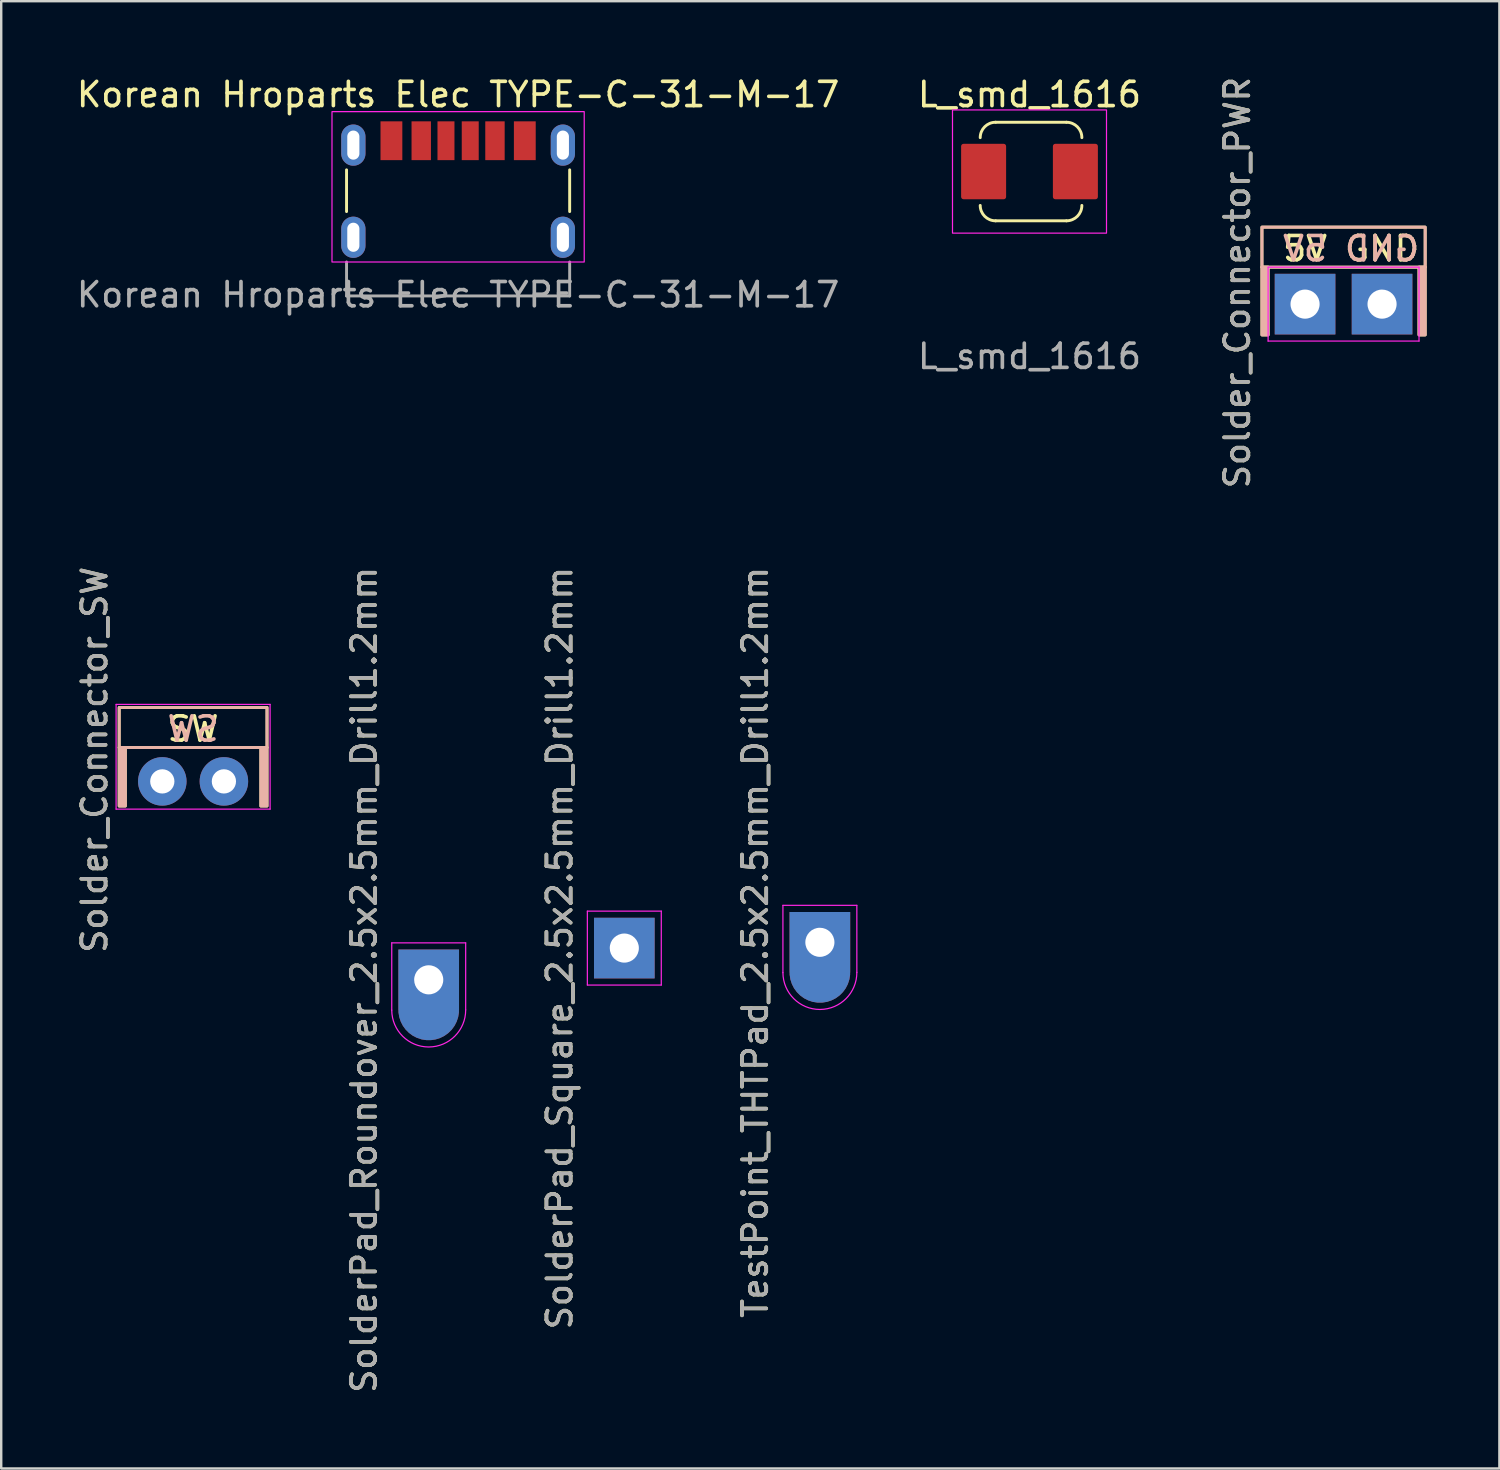
<source format=kicad_pcb>
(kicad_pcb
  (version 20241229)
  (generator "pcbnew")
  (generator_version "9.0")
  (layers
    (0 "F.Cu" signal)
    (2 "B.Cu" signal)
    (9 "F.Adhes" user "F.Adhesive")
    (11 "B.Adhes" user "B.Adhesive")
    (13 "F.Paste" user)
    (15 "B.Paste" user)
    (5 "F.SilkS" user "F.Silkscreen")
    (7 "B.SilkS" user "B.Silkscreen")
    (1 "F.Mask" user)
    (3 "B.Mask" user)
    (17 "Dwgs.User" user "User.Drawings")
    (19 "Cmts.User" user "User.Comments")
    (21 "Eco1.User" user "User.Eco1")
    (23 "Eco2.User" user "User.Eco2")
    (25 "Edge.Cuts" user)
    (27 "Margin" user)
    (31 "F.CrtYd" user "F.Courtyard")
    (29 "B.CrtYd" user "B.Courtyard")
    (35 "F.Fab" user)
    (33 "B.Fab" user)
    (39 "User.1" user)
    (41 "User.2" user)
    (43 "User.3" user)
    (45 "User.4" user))
  (footprint "SolderPad_Roundover_2.5x2.5mm_Drill1.2mm"
    (layer "F.Cu")
    (at 14.627 37.351)
    (property "Reference" "SolderPad_Roundover_2.5x2.5mm_Drill1.2mm" (at -2.667 0 270) (layer "F.SilkS") (effects (font (size 1 1) (thickness 0.15))))
    (attr exclude_from_pos_files exclude_from_bom)
    (fp_line (start -1.524 -1.524) (end -1.524 1.25) (stroke (width 0.05) (type solid)) (layer "F.CrtYd"))
    (fp_line (start -1.524 -1.524) (end 1.524 -1.524) (stroke (width 0.05) (type solid)) (layer "F.CrtYd"))
    (fp_line (start 1.524 1.24) (end 1.524 -1.524) (stroke (width 0.05) (type solid)) (layer "F.CrtYd"))
    (fp_arc (start 1.524 1.239776) (mid 0.005112 2.774026) (end -1.524034 1.25) (stroke (width 0.05) (type solid)) (layer "F.CrtYd"))
    (fp_text user "${REFERENCE}" (at -2.667 0 270) (layer "F.Fab") (effects (font (size 1 1) (thickness 0.15))))
    (pad "1" thru_hole custom (at 0 0) (size 2.5 2.5) (drill 1.2) (layers "*.Cu" "*.Mask") (options (anchor rect)) (primitives (gr_circle (center 0 1.24) (end 1.24 1.24) (width 0.02) (fill yes)))))
  (footprint "L_smd_1616"
    (layer "F.Cu")
    (at 39.399 4.023)
    (property "Reference" "L_smd_1616" (at 0 -3.175 0) (unlocked yes) (layer "F.SilkS") (effects (font (size 1 1) (thickness 0.15))))
    (attr smd)
    (fp_line (start -1.397 -2.032) (end 1.524 -2.032) (stroke (width 0.12) (type solid)) (layer "F.SilkS"))
    (fp_line (start 1.524 2.032) (end -1.397 2.032) (stroke (width 0.12) (type solid)) (layer "F.SilkS"))
    (fp_arc (start -2.032 -1.397) (mid -1.846013 -1.846013) (end -1.397 -2.032) (stroke (width 0.12) (type solid)) (layer "F.SilkS"))
    (fp_arc (start -1.397 2.032) (mid -1.846013 1.846013) (end -2.032 1.397) (stroke (width 0.12) (type solid)) (layer "F.SilkS"))
    (fp_arc (start 1.524 -2.032) (mid 1.973013 -1.846013) (end 2.159 -1.397) (stroke (width 0.12) (type solid)) (layer "F.SilkS"))
    (fp_arc (start 2.159 1.397) (mid 1.973013 1.846013) (end 1.524 2.032) (stroke (width 0.12) (type solid)) (layer "F.SilkS"))
    (fp_rect (start -3.175 -2.54) (end 3.175 2.54) (stroke (width 0.05) (type solid)) (fill no) (layer "F.CrtYd"))
    (fp_text user "${REFERENCE}" (at 0 7.62 0) (unlocked yes) (layer "F.Fab") (effects (font (size 1 1) (thickness 0.15))))
    (pad "1" smd roundrect (at -1.892 0) (size 1.855 2.286) (layers "F.Cu" "F.Mask" "F.Paste") (roundrect_rratio 0.054))
    (pad "2" smd roundrect (at 1.892 0) (size 1.855 2.286) (layers "F.Cu" "F.Mask" "F.Paste") (roundrect_rratio 0.054)))
  (footprint "TestPoint_THTPad_2.5x2.5mm_Drill1.2mm"
    (layer "F.Cu")
    (at 30.756 35.804)
    (property "Reference" "TestPoint_THTPad_2.5x2.5mm_Drill1.2mm" (at -2.667 0 270) (layer "F.SilkS") (effects (font (size 1 1) (thickness 0.15))))
    (attr exclude_from_pos_files exclude_from_bom)
    (fp_line (start -1.524 -1.524) (end -1.524 1.25) (stroke (width 0.05) (type solid)) (layer "F.CrtYd"))
    (fp_line (start -1.524 -1.524) (end 1.524 -1.524) (stroke (width 0.05) (type solid)) (layer "F.CrtYd"))
    (fp_line (start 1.524 1.24) (end 1.524 -1.524) (stroke (width 0.05) (type solid)) (layer "F.CrtYd"))
    (fp_arc (start 1.524 1.239776) (mid 0.005112 2.774026) (end -1.524034 1.25) (stroke (width 0.05) (type solid)) (layer "F.CrtYd"))
    (fp_text user "${REFERENCE}" (at -2.667 0 270) (layer "F.Fab") (effects (font (size 1 1) (thickness 0.15))))
    (pad "1" thru_hole custom (at 0 0) (size 2.5 2.5) (drill 1.2) (layers "*.Cu" "*.Mask") (options (anchor rect)) (primitives (gr_circle (center 0 1.24) (end 1.24 1.24) (width 0.02) (fill yes)))))
  (footprint "Korean Hroparts Elec TYPE-C-31-M-17"
    (layer "F.Cu")
    (at 15.839 2.753)
    (property "Reference" "Korean Hroparts Elec TYPE-C-31-M-17" (at 0 -1.905 0) (unlocked yes) (layer "F.SilkS") (effects (font (size 1 1) (thickness 0.15))))
    (attr through_hole)
    (fp_line (start -4.6 1.2) (end -4.6 2.921) (stroke (width 0.12) (type solid)) (layer "F.SilkS"))
    (fp_line (start 4.6 1.2) (end 4.6 2.921) (stroke (width 0.12) (type solid)) (layer "F.SilkS"))
    (fp_rect (start -5.2 -1.2) (end 5.2 5) (stroke (width 0.05) (type solid)) (fill no) (layer "F.CrtYd"))
    (fp_line (start -4.6 6.4) (end -4.6 5) (stroke (width 0.12) (type solid)) (layer "F.Fab"))
    (fp_line (start -4.6 6.4) (end 4.6 6.4) (stroke (width 0.12) (type solid)) (layer "F.Fab"))
    (fp_line (start 4.6 6.4) (end 4.6 5) (stroke (width 0.12) (type solid)) (layer "F.Fab"))
    (fp_text user "${REFERENCE}" (at 0 6.35 0) (unlocked yes) (layer "F.Fab") (effects (font (size 1 1) (thickness 0.15))))
    (pad "A5" smd rect (at -0.5 0) (size 0.7 1.6) (layers "F.Cu" "F.Mask" "F.Paste"))
    (pad "A9" smd rect (at 1.52 0) (size 0.8 1.6) (layers "F.Cu" "F.Mask" "F.Paste"))
    (pad "A12" smd rect (at 2.75 0) (size 0.9 1.6) (layers "F.Cu" "F.Mask" "F.Paste"))
    (pad "B5" smd rect (at 0.5 0) (size 0.7 1.6) (layers "F.Cu" "F.Mask" "F.Paste"))
    (pad "B9" smd rect (at -1.52 0) (size 0.8 1.6) (layers "F.Cu" "F.Mask" "F.Paste"))
    (pad "B12" smd rect (at -2.75 0) (size 0.9 1.6) (layers "F.Cu" "F.Mask" "F.Paste"))
    (pad "S1" thru_hole oval (at -4.32 0.18) (size 1 1.7) (drill oval 0.5 1.2) (layers "*.Cu" "*.Mask"))
    (pad "S2" thru_hole oval (at -4.32 3.98) (size 1 1.7) (drill oval 0.5 1.2) (layers "*.Cu" "*.Mask"))
    (pad "S3" thru_hole oval (at 4.32 3.98) (size 1 1.7) (drill oval 0.5 1.2) (layers "*.Cu" "*.Mask"))
    (pad "S4" thru_hole oval (at 4.32 0.18) (size 1 1.7) (drill oval 0.5 1.2) (layers "*.Cu" "*.Mask")))
  (footprint "SolderPad_Square_2.5x2.5mm_Drill1.2mm"
    (layer "F.Cu")
    (at 22.692 36.042)
    (property "Reference" "SolderPad_Square_2.5x2.5mm_Drill1.2mm" (at -2.667 0 270) (layer "F.SilkS") (effects (font (size 1 1) (thickness 0.15))))
    (attr exclude_from_pos_files exclude_from_bom)
    (fp_line (start -1.524 -1.524) (end -1.524 1.524) (stroke (width 0.05) (type solid)) (layer "F.CrtYd"))
    (fp_line (start -1.524 -1.524) (end 1.524 -1.524) (stroke (width 0.05) (type solid)) (layer "F.CrtYd"))
    (fp_line (start -1.524 1.524) (end 1.524 1.524) (stroke (width 0.05) (type solid)) (layer "F.CrtYd"))
    (fp_line (start 1.524 1.524) (end 1.524 -1.524) (stroke (width 0.05) (type solid)) (layer "F.CrtYd"))
    (fp_text user "${REFERENCE}" (at -2.667 0 270) (layer "F.Fab") (effects (font (size 1 1) (thickness 0.15))))
    (pad "1" thru_hole rect (at 0 0) (size 2.5 2.5) (drill 1.2) (layers "*.Cu" "*.Mask")))
  (footprint "Solder_Connector_SW"
    (layer "F.Cu")
    (at 3.642 29.169)
    (property "Reference" "Solder_Connector_SW" (at -2.794 -0.889 270) (layer "F.SilkS") (effects (font (size 1 1) (thickness 0.15))))
    (attr exclude_from_pos_files exclude_from_bom)
    (fp_rect (start -1.778 -3.048) (end 4.318 -1.397) (stroke (width 0.12) (type solid)) (fill no) (layer "F.SilkS"))
    (fp_rect (start -1.524 1.016) (end -1.778 -1.397) (stroke (width 0.12) (type solid)) (fill yes) (layer "F.SilkS"))
    (fp_rect (start 4.318 1.016) (end 4.064 -1.397) (stroke (width 0.12) (type solid)) (fill yes) (layer "F.SilkS"))
    (fp_rect (start -1.778 1.016) (end -1.524 -1.397) (stroke (width 0.12) (type solid)) (fill yes) (layer "B.SilkS"))
    (fp_rect (start 4.064 1.016) (end 4.318 -1.397) (stroke (width 0.12) (type solid)) (fill yes) (layer "B.SilkS"))
    (fp_rect (start 4.318 -3.048) (end -1.778 -1.397) (stroke (width 0.12) (type solid)) (fill no) (layer "B.SilkS"))
    (fp_line (start -1.905 -3.175) (end -1.905 1.143) (stroke (width 0.05) (type solid)) (layer "F.CrtYd"))
    (fp_line (start -1.905 -3.175) (end 4.445 -3.175) (stroke (width 0.05) (type solid)) (layer "F.CrtYd"))
    (fp_line (start -1.905 1.143) (end 4.445 1.143) (stroke (width 0.05) (type solid)) (layer "F.CrtYd"))
    (fp_line (start 4.445 1.143) (end 4.445 -3.175) (stroke (width 0.05) (type solid)) (layer "F.CrtYd"))
    (fp_text user "SW" (at 1.27 -2.159 0) (unlocked yes) (layer "F.SilkS") (effects (font (size 1 1) (thickness 0.15))))
    (fp_text user "SW" (at 1.27 -2.159 0) (unlocked yes) (layer "B.SilkS") (effects (font (size 1 1) (thickness 0.15)) (justify mirror)))
    (fp_text user "${REFERENCE}" (at -2.794 -0.889 270) (layer "F.Fab") (effects (font (size 1 1) (thickness 0.15))))
    (pad "1" thru_hole circle (at 0 0) (size 2 2) (drill 1) (layers "*.Cu" "*.Mask"))
    (pad "2" thru_hole circle (at 2.54 0) (size 2 2) (drill 1) (layers "*.Cu" "*.Mask")))
  (footprint "Solder_Connector_PWR"
    (layer "F.Cu")
    (at 50.761 9.49)
    (property "Reference" "Solder_Connector_PWR" (at -2.794 -0.889 270) (layer "F.SilkS") (effects (font (size 1 1) (thickness 0.15))))
    (attr exclude_from_pos_files exclude_from_bom)
    (fp_rect (start -1.778 -3.175) (end 4.953 -1.524) (stroke (width 0.12) (type solid)) (fill no) (layer "F.SilkS"))
    (fp_rect (start -1.524 1.27) (end -1.778 -1.524) (stroke (width 0.12) (type solid)) (fill yes) (layer "F.SilkS"))
    (fp_rect (start 4.953 1.27) (end 4.699 -1.524) (stroke (width 0.12) (type solid)) (fill yes) (layer "F.SilkS"))
    (fp_rect (start -1.778 1.27) (end -1.524 -1.524) (stroke (width 0.12) (type solid)) (fill yes) (layer "B.SilkS"))
    (fp_rect (start 4.699 1.27) (end 4.953 -1.524) (stroke (width 0.12) (type solid)) (fill yes) (layer "B.SilkS"))
    (fp_rect (start 4.953 -3.175) (end -1.778 -1.524) (stroke (width 0.12) (type solid)) (fill no) (layer "B.SilkS"))
    (fp_line (start -1.524 -1.524) (end -1.524 1.524) (stroke (width 0.05) (type solid)) (layer "F.CrtYd"))
    (fp_line (start -1.524 -1.524) (end 4.699 -1.524) (stroke (width 0.05) (type solid)) (layer "F.CrtYd"))
    (fp_line (start -1.524 1.524) (end 4.699 1.524) (stroke (width 0.05) (type solid)) (layer "F.CrtYd"))
    (fp_line (start 4.699 1.524) (end 4.699 -1.524) (stroke (width 0.05) (type solid)) (layer "F.CrtYd"))
    (fp_text user "5V" (at 0 -2.286 0) (unlocked yes) (layer "F.SilkS") (effects (font (size 1 1) (thickness 0.15))))
    (fp_text user "GND" (at 3.175 -2.286 0) (unlocked yes) (layer "F.SilkS") (effects (font (size 1 1) (thickness 0.15))))
    (fp_text user "GND" (at 3.175 -2.286 0) (unlocked yes) (layer "B.SilkS") (effects (font (size 1 1) (thickness 0.15)) (justify mirror)))
    (fp_text user "5V" (at 0 -2.286 0) (unlocked yes) (layer "B.SilkS") (effects (font (size 1 1) (thickness 0.15)) (justify mirror)))
    (fp_text user "${REFERENCE}" (at -2.794 -0.889 270) (layer "F.Fab") (effects (font (size 1 1) (thickness 0.15))))
    (pad "1" thru_hole rect (at 0 0) (size 2.5 2.5) (drill 1.2) (layers "*.Cu" "*.Mask"))
    (pad "2" thru_hole rect (at 3.175 0) (size 2.5 2.5) (drill 1.2) (layers "*.Cu" "*.Mask")))
  (gr_rect
    (start -3 -3)
    (end 58.774 57.5)
    (stroke (width 0.1) (type default))
    (fill no)
    (layer "Edge.Cuts")))
</source>
